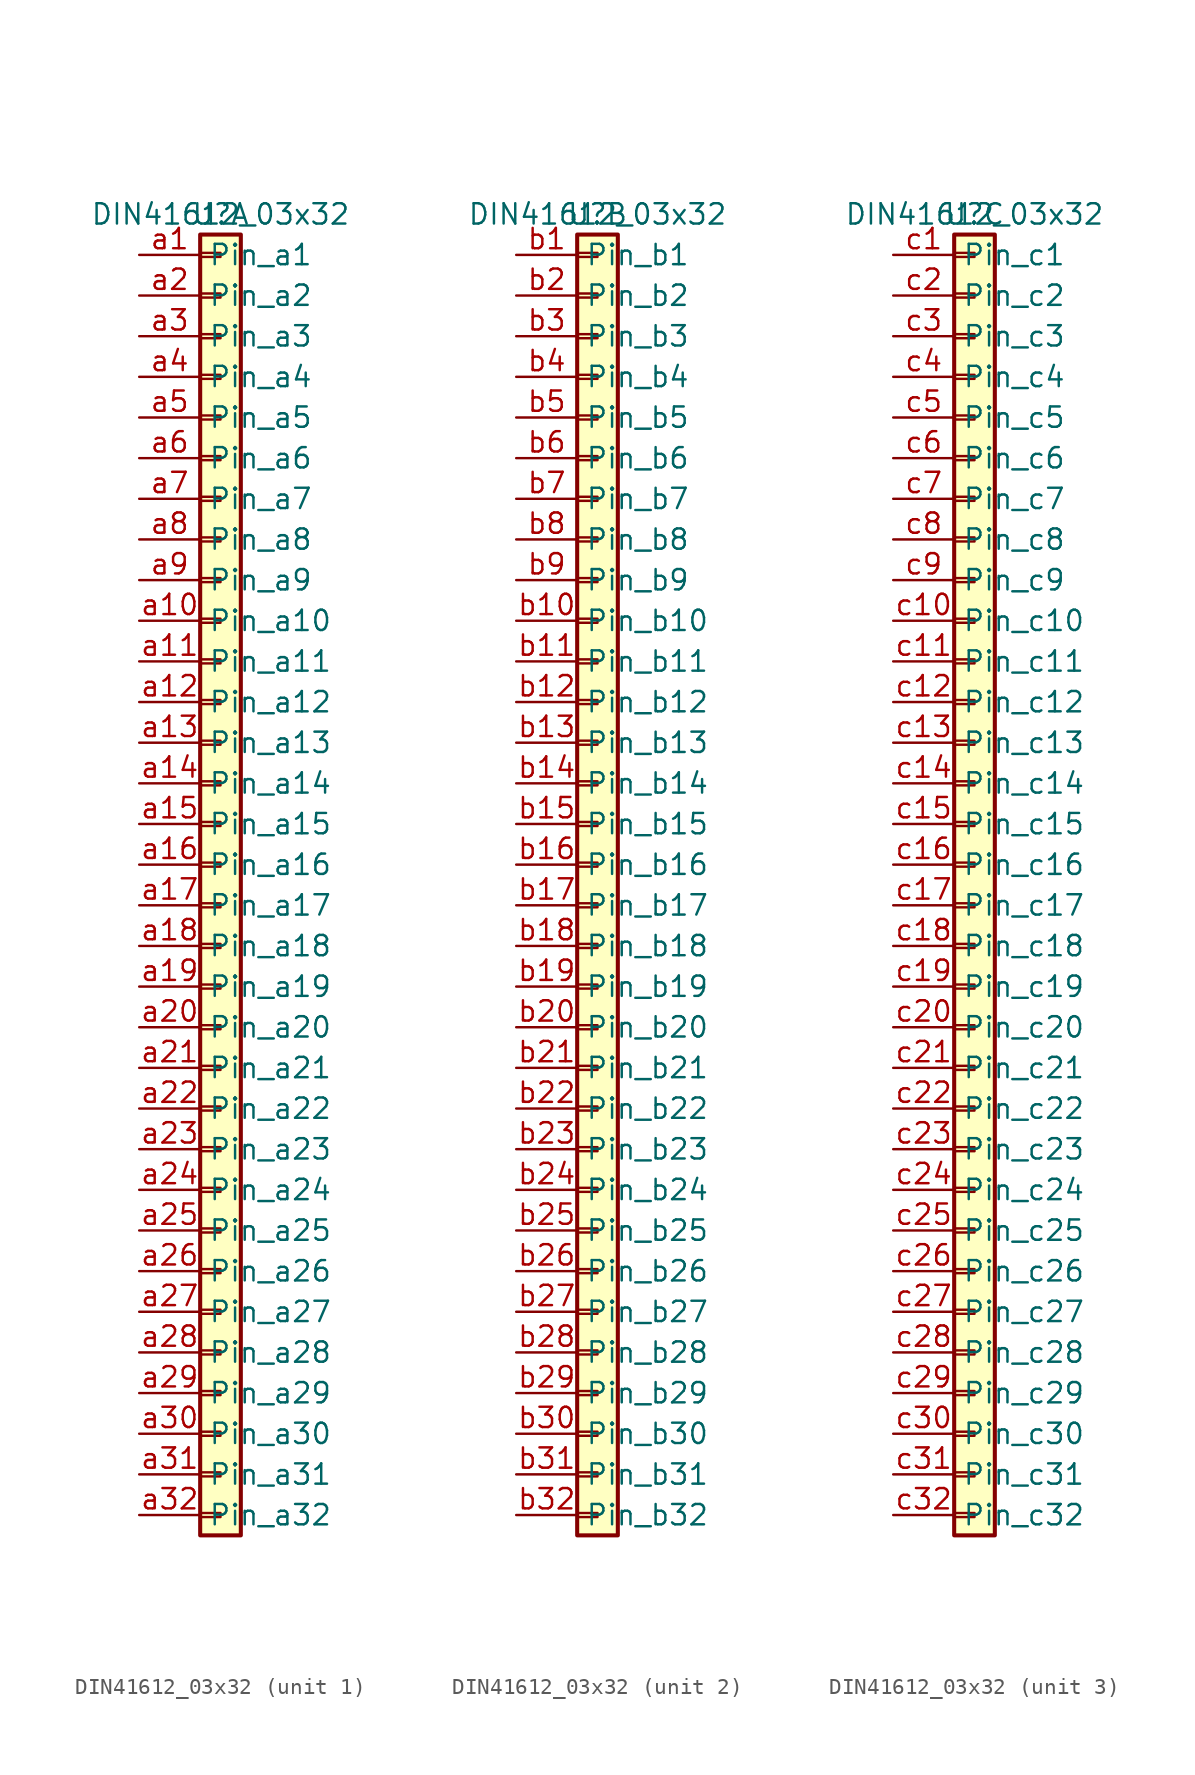
<source format=kicad_sym>
(kicad_symbol_lib
  (version 20231120)
  (generator "kicad_symbol_editor")
  (generator_version "8.0")
  (symbol "DIN41612_03x32"
    (property "Reference" "U"
      (at 0 40.64 0)
      (effects (font (size 1.27 1.27))))
    (property "Value" "DIN41612_03x32"
      (at 0 40.64 0)
      (effects (font (size 1.27 1.27))))
    (property "ki_locked" ""
      (at 0 0 0)
      (effects (font (size 1.27 1.27))))
    (symbol "DIN41612_03x32_1_1"
      (rectangle (start -1.27 -40.513) (end 0 -40.767) (stroke (width 0.152) (type default)) (fill (type none)))
      (rectangle (start -1.27 -37.973) (end 0 -38.227) (stroke (width 0.152) (type default)) (fill (type none)))
      (rectangle (start -1.27 -35.433) (end 0 -35.687) (stroke (width 0.152) (type default)) (fill (type none)))
      (rectangle (start -1.27 -32.893) (end 0 -33.147) (stroke (width 0.152) (type default)) (fill (type none)))
      (rectangle (start -1.27 -30.353) (end 0 -30.607) (stroke (width 0.152) (type default)) (fill (type none)))
      (rectangle (start -1.27 -27.813) (end 0 -28.067) (stroke (width 0.152) (type default)) (fill (type none)))
      (rectangle (start -1.27 -25.273) (end 0 -25.527) (stroke (width 0.152) (type default)) (fill (type none)))
      (rectangle (start -1.27 -22.733) (end 0 -22.987) (stroke (width 0.152) (type default)) (fill (type none)))
      (rectangle (start -1.27 -20.193) (end 0 -20.447) (stroke (width 0.152) (type default)) (fill (type none)))
      (rectangle (start -1.27 -17.653) (end 0 -17.907) (stroke (width 0.152) (type default)) (fill (type none)))
      (rectangle (start -1.27 -15.113) (end 0 -15.367) (stroke (width 0.152) (type default)) (fill (type none)))
      (rectangle (start -1.27 -12.573) (end 0 -12.827) (stroke (width 0.152) (type default)) (fill (type none)))
      (rectangle (start -1.27 -10.033) (end 0 -10.287) (stroke (width 0.152) (type default)) (fill (type none)))
      (rectangle (start -1.27 -7.493) (end 0 -7.747) (stroke (width 0.152) (type default)) (fill (type none)))
      (rectangle (start -1.27 -4.953) (end 0 -5.207) (stroke (width 0.152) (type default)) (fill (type none)))
      (rectangle (start -1.27 -2.413) (end 0 -2.667) (stroke (width 0.152) (type default)) (fill (type none)))
      (rectangle (start -1.27 0.127) (end 0 -0.127) (stroke (width 0.152) (type default)) (fill (type none)))
      (rectangle (start -1.27 2.667) (end 0 2.413) (stroke (width 0.152) (type default)) (fill (type none)))
      (rectangle (start -1.27 5.207) (end 0 4.953) (stroke (width 0.152) (type default)) (fill (type none)))
      (rectangle (start -1.27 7.747) (end 0 7.493) (stroke (width 0.152) (type default)) (fill (type none)))
      (rectangle (start -1.27 10.287) (end 0 10.033) (stroke (width 0.152) (type default)) (fill (type none)))
      (rectangle (start -1.27 12.827) (end 0 12.573) (stroke (width 0.152) (type default)) (fill (type none)))
      (rectangle (start -1.27 15.367) (end 0 15.113) (stroke (width 0.152) (type default)) (fill (type none)))
      (rectangle (start -1.27 17.907) (end 0 17.653) (stroke (width 0.152) (type default)) (fill (type none)))
      (rectangle (start -1.27 20.447) (end 0 20.193) (stroke (width 0.152) (type default)) (fill (type none)))
      (rectangle (start -1.27 22.987) (end 0 22.733) (stroke (width 0.152) (type default)) (fill (type none)))
      (rectangle (start -1.27 25.527) (end 0 25.273) (stroke (width 0.152) (type default)) (fill (type none)))
      (rectangle (start -1.27 28.067) (end 0 27.813) (stroke (width 0.152) (type default)) (fill (type none)))
      (rectangle (start -1.27 30.607) (end 0 30.353) (stroke (width 0.152) (type default)) (fill (type none)))
      (rectangle (start -1.27 33.147) (end 0 32.893) (stroke (width 0.152) (type default)) (fill (type none)))
      (rectangle (start -1.27 35.687) (end 0 35.433) (stroke (width 0.152) (type default)) (fill (type none)))
      (rectangle (start -1.27 38.227) (end 0 37.973) (stroke (width 0.152) (type default)) (fill (type none)))
      (rectangle (start -1.27 39.37) (end 1.27 -41.91) (stroke (width 0.254) (type default)) (fill (type background)))
      (pin passive line (at -5.08 38.1 0) (length 3.81) (name "Pin_a1" (effects (font (size 1.27 1.27)))) (number "a1" (effects (font (size 1.27 1.27)))))
      (pin passive line (at -5.08 15.24 0) (length 3.81) (name "Pin_a10" (effects (font (size 1.27 1.27)))) (number "a10" (effects (font (size 1.27 1.27)))))
      (pin passive line (at -5.08 12.7 0) (length 3.81) (name "Pin_a11" (effects (font (size 1.27 1.27)))) (number "a11" (effects (font (size 1.27 1.27)))))
      (pin passive line (at -5.08 10.16 0) (length 3.81) (name "Pin_a12" (effects (font (size 1.27 1.27)))) (number "a12" (effects (font (size 1.27 1.27)))))
      (pin passive line (at -5.08 7.62 0) (length 3.81) (name "Pin_a13" (effects (font (size 1.27 1.27)))) (number "a13" (effects (font (size 1.27 1.27)))))
      (pin passive line (at -5.08 5.08 0) (length 3.81) (name "Pin_a14" (effects (font (size 1.27 1.27)))) (number "a14" (effects (font (size 1.27 1.27)))))
      (pin passive line (at -5.08 2.54 0) (length 3.81) (name "Pin_a15" (effects (font (size 1.27 1.27)))) (number "a15" (effects (font (size 1.27 1.27)))))
      (pin passive line (at -5.08 0 0) (length 3.81) (name "Pin_a16" (effects (font (size 1.27 1.27)))) (number "a16" (effects (font (size 1.27 1.27)))))
      (pin passive line (at -5.08 -2.54 0) (length 3.81) (name "Pin_a17" (effects (font (size 1.27 1.27)))) (number "a17" (effects (font (size 1.27 1.27)))))
      (pin passive line (at -5.08 -5.08 0) (length 3.81) (name "Pin_a18" (effects (font (size 1.27 1.27)))) (number "a18" (effects (font (size 1.27 1.27)))))
      (pin passive line (at -5.08 -7.62 0) (length 3.81) (name "Pin_a19" (effects (font (size 1.27 1.27)))) (number "a19" (effects (font (size 1.27 1.27)))))
      (pin passive line (at -5.08 35.56 0) (length 3.81) (name "Pin_a2" (effects (font (size 1.27 1.27)))) (number "a2" (effects (font (size 1.27 1.27)))))
      (pin passive line (at -5.08 -10.16 0) (length 3.81) (name "Pin_a20" (effects (font (size 1.27 1.27)))) (number "a20" (effects (font (size 1.27 1.27)))))
      (pin passive line (at -5.08 -12.7 0) (length 3.81) (name "Pin_a21" (effects (font (size 1.27 1.27)))) (number "a21" (effects (font (size 1.27 1.27)))))
      (pin passive line (at -5.08 -15.24 0) (length 3.81) (name "Pin_a22" (effects (font (size 1.27 1.27)))) (number "a22" (effects (font (size 1.27 1.27)))))
      (pin passive line (at -5.08 -17.78 0) (length 3.81) (name "Pin_a23" (effects (font (size 1.27 1.27)))) (number "a23" (effects (font (size 1.27 1.27)))))
      (pin passive line (at -5.08 -20.32 0) (length 3.81) (name "Pin_a24" (effects (font (size 1.27 1.27)))) (number "a24" (effects (font (size 1.27 1.27)))))
      (pin passive line (at -5.08 -22.86 0) (length 3.81) (name "Pin_a25" (effects (font (size 1.27 1.27)))) (number "a25" (effects (font (size 1.27 1.27)))))
      (pin passive line (at -5.08 -25.4 0) (length 3.81) (name "Pin_a26" (effects (font (size 1.27 1.27)))) (number "a26" (effects (font (size 1.27 1.27)))))
      (pin passive line (at -5.08 -27.94 0) (length 3.81) (name "Pin_a27" (effects (font (size 1.27 1.27)))) (number "a27" (effects (font (size 1.27 1.27)))))
      (pin passive line (at -5.08 -30.48 0) (length 3.81) (name "Pin_a28" (effects (font (size 1.27 1.27)))) (number "a28" (effects (font (size 1.27 1.27)))))
      (pin passive line (at -5.08 -33.02 0) (length 3.81) (name "Pin_a29" (effects (font (size 1.27 1.27)))) (number "a29" (effects (font (size 1.27 1.27)))))
      (pin passive line (at -5.08 33.02 0) (length 3.81) (name "Pin_a3" (effects (font (size 1.27 1.27)))) (number "a3" (effects (font (size 1.27 1.27)))))
      (pin passive line (at -5.08 -35.56 0) (length 3.81) (name "Pin_a30" (effects (font (size 1.27 1.27)))) (number "a30" (effects (font (size 1.27 1.27)))))
      (pin passive line (at -5.08 -38.1 0) (length 3.81) (name "Pin_a31" (effects (font (size 1.27 1.27)))) (number "a31" (effects (font (size 1.27 1.27)))))
      (pin passive line (at -5.08 -40.64 0) (length 3.81) (name "Pin_a32" (effects (font (size 1.27 1.27)))) (number "a32" (effects (font (size 1.27 1.27)))))
      (pin passive line (at -5.08 30.48 0) (length 3.81) (name "Pin_a4" (effects (font (size 1.27 1.27)))) (number "a4" (effects (font (size 1.27 1.27)))))
      (pin passive line (at -5.08 27.94 0) (length 3.81) (name "Pin_a5" (effects (font (size 1.27 1.27)))) (number "a5" (effects (font (size 1.27 1.27)))))
      (pin passive line (at -5.08 25.4 0) (length 3.81) (name "Pin_a6" (effects (font (size 1.27 1.27)))) (number "a6" (effects (font (size 1.27 1.27)))))
      (pin passive line (at -5.08 22.86 0) (length 3.81) (name "Pin_a7" (effects (font (size 1.27 1.27)))) (number "a7" (effects (font (size 1.27 1.27)))))
      (pin passive line (at -5.08 20.32 0) (length 3.81) (name "Pin_a8" (effects (font (size 1.27 1.27)))) (number "a8" (effects (font (size 1.27 1.27)))))
      (pin passive line (at -5.08 17.78 0) (length 3.81) (name "Pin_a9" (effects (font (size 1.27 1.27)))) (number "a9" (effects (font (size 1.27 1.27))))))
    (symbol "DIN41612_03x32_2_1"
      (rectangle (start -1.27 -40.513) (end 0 -40.767) (stroke (width 0.152) (type default)) (fill (type none)))
      (rectangle (start -1.27 -37.973) (end 0 -38.227) (stroke (width 0.152) (type default)) (fill (type none)))
      (rectangle (start -1.27 -35.433) (end 0 -35.687) (stroke (width 0.152) (type default)) (fill (type none)))
      (rectangle (start -1.27 -32.893) (end 0 -33.147) (stroke (width 0.152) (type default)) (fill (type none)))
      (rectangle (start -1.27 -30.353) (end 0 -30.607) (stroke (width 0.152) (type default)) (fill (type none)))
      (rectangle (start -1.27 -27.813) (end 0 -28.067) (stroke (width 0.152) (type default)) (fill (type none)))
      (rectangle (start -1.27 -25.273) (end 0 -25.527) (stroke (width 0.152) (type default)) (fill (type none)))
      (rectangle (start -1.27 -22.733) (end 0 -22.987) (stroke (width 0.152) (type default)) (fill (type none)))
      (rectangle (start -1.27 -20.193) (end 0 -20.447) (stroke (width 0.152) (type default)) (fill (type none)))
      (rectangle (start -1.27 -17.653) (end 0 -17.907) (stroke (width 0.152) (type default)) (fill (type none)))
      (rectangle (start -1.27 -15.113) (end 0 -15.367) (stroke (width 0.152) (type default)) (fill (type none)))
      (rectangle (start -1.27 -12.573) (end 0 -12.827) (stroke (width 0.152) (type default)) (fill (type none)))
      (rectangle (start -1.27 -10.033) (end 0 -10.287) (stroke (width 0.152) (type default)) (fill (type none)))
      (rectangle (start -1.27 -7.493) (end 0 -7.747) (stroke (width 0.152) (type default)) (fill (type none)))
      (rectangle (start -1.27 -4.953) (end 0 -5.207) (stroke (width 0.152) (type default)) (fill (type none)))
      (rectangle (start -1.27 -2.413) (end 0 -2.667) (stroke (width 0.152) (type default)) (fill (type none)))
      (rectangle (start -1.27 0.127) (end 0 -0.127) (stroke (width 0.152) (type default)) (fill (type none)))
      (rectangle (start -1.27 2.667) (end 0 2.413) (stroke (width 0.152) (type default)) (fill (type none)))
      (rectangle (start -1.27 5.207) (end 0 4.953) (stroke (width 0.152) (type default)) (fill (type none)))
      (rectangle (start -1.27 7.747) (end 0 7.493) (stroke (width 0.152) (type default)) (fill (type none)))
      (rectangle (start -1.27 10.287) (end 0 10.033) (stroke (width 0.152) (type default)) (fill (type none)))
      (rectangle (start -1.27 12.827) (end 0 12.573) (stroke (width 0.152) (type default)) (fill (type none)))
      (rectangle (start -1.27 15.367) (end 0 15.113) (stroke (width 0.152) (type default)) (fill (type none)))
      (rectangle (start -1.27 17.907) (end 0 17.653) (stroke (width 0.152) (type default)) (fill (type none)))
      (rectangle (start -1.27 20.447) (end 0 20.193) (stroke (width 0.152) (type default)) (fill (type none)))
      (rectangle (start -1.27 22.987) (end 0 22.733) (stroke (width 0.152) (type default)) (fill (type none)))
      (rectangle (start -1.27 25.527) (end 0 25.273) (stroke (width 0.152) (type default)) (fill (type none)))
      (rectangle (start -1.27 28.067) (end 0 27.813) (stroke (width 0.152) (type default)) (fill (type none)))
      (rectangle (start -1.27 30.607) (end 0 30.353) (stroke (width 0.152) (type default)) (fill (type none)))
      (rectangle (start -1.27 33.147) (end 0 32.893) (stroke (width 0.152) (type default)) (fill (type none)))
      (rectangle (start -1.27 35.687) (end 0 35.433) (stroke (width 0.152) (type default)) (fill (type none)))
      (rectangle (start -1.27 38.227) (end 0 37.973) (stroke (width 0.152) (type default)) (fill (type none)))
      (rectangle (start -1.27 39.37) (end 1.27 -41.91) (stroke (width 0.254) (type default)) (fill (type background)))
      (pin passive line (at -5.08 38.1 0) (length 3.81) (name "Pin_b1" (effects (font (size 1.27 1.27)))) (number "b1" (effects (font (size 1.27 1.27)))))
      (pin passive line (at -5.08 15.24 0) (length 3.81) (name "Pin_b10" (effects (font (size 1.27 1.27)))) (number "b10" (effects (font (size 1.27 1.27)))))
      (pin passive line (at -5.08 12.7 0) (length 3.81) (name "Pin_b11" (effects (font (size 1.27 1.27)))) (number "b11" (effects (font (size 1.27 1.27)))))
      (pin passive line (at -5.08 10.16 0) (length 3.81) (name "Pin_b12" (effects (font (size 1.27 1.27)))) (number "b12" (effects (font (size 1.27 1.27)))))
      (pin passive line (at -5.08 7.62 0) (length 3.81) (name "Pin_b13" (effects (font (size 1.27 1.27)))) (number "b13" (effects (font (size 1.27 1.27)))))
      (pin passive line (at -5.08 5.08 0) (length 3.81) (name "Pin_b14" (effects (font (size 1.27 1.27)))) (number "b14" (effects (font (size 1.27 1.27)))))
      (pin passive line (at -5.08 2.54 0) (length 3.81) (name "Pin_b15" (effects (font (size 1.27 1.27)))) (number "b15" (effects (font (size 1.27 1.27)))))
      (pin passive line (at -5.08 0 0) (length 3.81) (name "Pin_b16" (effects (font (size 1.27 1.27)))) (number "b16" (effects (font (size 1.27 1.27)))))
      (pin passive line (at -5.08 -2.54 0) (length 3.81) (name "Pin_b17" (effects (font (size 1.27 1.27)))) (number "b17" (effects (font (size 1.27 1.27)))))
      (pin passive line (at -5.08 -5.08 0) (length 3.81) (name "Pin_b18" (effects (font (size 1.27 1.27)))) (number "b18" (effects (font (size 1.27 1.27)))))
      (pin passive line (at -5.08 -7.62 0) (length 3.81) (name "Pin_b19" (effects (font (size 1.27 1.27)))) (number "b19" (effects (font (size 1.27 1.27)))))
      (pin passive line (at -5.08 35.56 0) (length 3.81) (name "Pin_b2" (effects (font (size 1.27 1.27)))) (number "b2" (effects (font (size 1.27 1.27)))))
      (pin passive line (at -5.08 -10.16 0) (length 3.81) (name "Pin_b20" (effects (font (size 1.27 1.27)))) (number "b20" (effects (font (size 1.27 1.27)))))
      (pin passive line (at -5.08 -12.7 0) (length 3.81) (name "Pin_b21" (effects (font (size 1.27 1.27)))) (number "b21" (effects (font (size 1.27 1.27)))))
      (pin passive line (at -5.08 -15.24 0) (length 3.81) (name "Pin_b22" (effects (font (size 1.27 1.27)))) (number "b22" (effects (font (size 1.27 1.27)))))
      (pin passive line (at -5.08 -17.78 0) (length 3.81) (name "Pin_b23" (effects (font (size 1.27 1.27)))) (number "b23" (effects (font (size 1.27 1.27)))))
      (pin passive line (at -5.08 -20.32 0) (length 3.81) (name "Pin_b24" (effects (font (size 1.27 1.27)))) (number "b24" (effects (font (size 1.27 1.27)))))
      (pin passive line (at -5.08 -22.86 0) (length 3.81) (name "Pin_b25" (effects (font (size 1.27 1.27)))) (number "b25" (effects (font (size 1.27 1.27)))))
      (pin passive line (at -5.08 -25.4 0) (length 3.81) (name "Pin_b26" (effects (font (size 1.27 1.27)))) (number "b26" (effects (font (size 1.27 1.27)))))
      (pin passive line (at -5.08 -27.94 0) (length 3.81) (name "Pin_b27" (effects (font (size 1.27 1.27)))) (number "b27" (effects (font (size 1.27 1.27)))))
      (pin passive line (at -5.08 -30.48 0) (length 3.81) (name "Pin_b28" (effects (font (size 1.27 1.27)))) (number "b28" (effects (font (size 1.27 1.27)))))
      (pin passive line (at -5.08 -33.02 0) (length 3.81) (name "Pin_b29" (effects (font (size 1.27 1.27)))) (number "b29" (effects (font (size 1.27 1.27)))))
      (pin passive line (at -5.08 33.02 0) (length 3.81) (name "Pin_b3" (effects (font (size 1.27 1.27)))) (number "b3" (effects (font (size 1.27 1.27)))))
      (pin passive line (at -5.08 -35.56 0) (length 3.81) (name "Pin_b30" (effects (font (size 1.27 1.27)))) (number "b30" (effects (font (size 1.27 1.27)))))
      (pin passive line (at -5.08 -38.1 0) (length 3.81) (name "Pin_b31" (effects (font (size 1.27 1.27)))) (number "b31" (effects (font (size 1.27 1.27)))))
      (pin passive line (at -5.08 -40.64 0) (length 3.81) (name "Pin_b32" (effects (font (size 1.27 1.27)))) (number "b32" (effects (font (size 1.27 1.27)))))
      (pin passive line (at -5.08 30.48 0) (length 3.81) (name "Pin_b4" (effects (font (size 1.27 1.27)))) (number "b4" (effects (font (size 1.27 1.27)))))
      (pin passive line (at -5.08 27.94 0) (length 3.81) (name "Pin_b5" (effects (font (size 1.27 1.27)))) (number "b5" (effects (font (size 1.27 1.27)))))
      (pin passive line (at -5.08 25.4 0) (length 3.81) (name "Pin_b6" (effects (font (size 1.27 1.27)))) (number "b6" (effects (font (size 1.27 1.27)))))
      (pin passive line (at -5.08 22.86 0) (length 3.81) (name "Pin_b7" (effects (font (size 1.27 1.27)))) (number "b7" (effects (font (size 1.27 1.27)))))
      (pin passive line (at -5.08 20.32 0) (length 3.81) (name "Pin_b8" (effects (font (size 1.27 1.27)))) (number "b8" (effects (font (size 1.27 1.27)))))
      (pin passive line (at -5.08 17.78 0) (length 3.81) (name "Pin_b9" (effects (font (size 1.27 1.27)))) (number "b9" (effects (font (size 1.27 1.27))))))
    (symbol "DIN41612_03x32_3_1"
      (rectangle (start -1.27 -40.513) (end 0 -40.767) (stroke (width 0.152) (type default)) (fill (type none)))
      (rectangle (start -1.27 -37.973) (end 0 -38.227) (stroke (width 0.152) (type default)) (fill (type none)))
      (rectangle (start -1.27 -35.433) (end 0 -35.687) (stroke (width 0.152) (type default)) (fill (type none)))
      (rectangle (start -1.27 -32.893) (end 0 -33.147) (stroke (width 0.152) (type default)) (fill (type none)))
      (rectangle (start -1.27 -30.353) (end 0 -30.607) (stroke (width 0.152) (type default)) (fill (type none)))
      (rectangle (start -1.27 -27.813) (end 0 -28.067) (stroke (width 0.152) (type default)) (fill (type none)))
      (rectangle (start -1.27 -25.273) (end 0 -25.527) (stroke (width 0.152) (type default)) (fill (type none)))
      (rectangle (start -1.27 -22.733) (end 0 -22.987) (stroke (width 0.152) (type default)) (fill (type none)))
      (rectangle (start -1.27 -20.193) (end 0 -20.447) (stroke (width 0.152) (type default)) (fill (type none)))
      (rectangle (start -1.27 -17.653) (end 0 -17.907) (stroke (width 0.152) (type default)) (fill (type none)))
      (rectangle (start -1.27 -15.113) (end 0 -15.367) (stroke (width 0.152) (type default)) (fill (type none)))
      (rectangle (start -1.27 -12.573) (end 0 -12.827) (stroke (width 0.152) (type default)) (fill (type none)))
      (rectangle (start -1.27 -10.033) (end 0 -10.287) (stroke (width 0.152) (type default)) (fill (type none)))
      (rectangle (start -1.27 -7.493) (end 0 -7.747) (stroke (width 0.152) (type default)) (fill (type none)))
      (rectangle (start -1.27 -4.953) (end 0 -5.207) (stroke (width 0.152) (type default)) (fill (type none)))
      (rectangle (start -1.27 -2.413) (end 0 -2.667) (stroke (width 0.152) (type default)) (fill (type none)))
      (rectangle (start -1.27 0.127) (end 0 -0.127) (stroke (width 0.152) (type default)) (fill (type none)))
      (rectangle (start -1.27 2.667) (end 0 2.413) (stroke (width 0.152) (type default)) (fill (type none)))
      (rectangle (start -1.27 5.207) (end 0 4.953) (stroke (width 0.152) (type default)) (fill (type none)))
      (rectangle (start -1.27 7.747) (end 0 7.493) (stroke (width 0.152) (type default)) (fill (type none)))
      (rectangle (start -1.27 10.287) (end 0 10.033) (stroke (width 0.152) (type default)) (fill (type none)))
      (rectangle (start -1.27 12.827) (end 0 12.573) (stroke (width 0.152) (type default)) (fill (type none)))
      (rectangle (start -1.27 15.367) (end 0 15.113) (stroke (width 0.152) (type default)) (fill (type none)))
      (rectangle (start -1.27 17.907) (end 0 17.653) (stroke (width 0.152) (type default)) (fill (type none)))
      (rectangle (start -1.27 20.447) (end 0 20.193) (stroke (width 0.152) (type default)) (fill (type none)))
      (rectangle (start -1.27 22.987) (end 0 22.733) (stroke (width 0.152) (type default)) (fill (type none)))
      (rectangle (start -1.27 25.527) (end 0 25.273) (stroke (width 0.152) (type default)) (fill (type none)))
      (rectangle (start -1.27 28.067) (end 0 27.813) (stroke (width 0.152) (type default)) (fill (type none)))
      (rectangle (start -1.27 30.607) (end 0 30.353) (stroke (width 0.152) (type default)) (fill (type none)))
      (rectangle (start -1.27 33.147) (end 0 32.893) (stroke (width 0.152) (type default)) (fill (type none)))
      (rectangle (start -1.27 35.687) (end 0 35.433) (stroke (width 0.152) (type default)) (fill (type none)))
      (rectangle (start -1.27 38.227) (end 0 37.973) (stroke (width 0.152) (type default)) (fill (type none)))
      (rectangle (start -1.27 39.37) (end 1.27 -41.91) (stroke (width 0.254) (type default)) (fill (type background)))
      (pin passive line (at -5.08 38.1 0) (length 3.81) (name "Pin_c1" (effects (font (size 1.27 1.27)))) (number "c1" (effects (font (size 1.27 1.27)))))
      (pin passive line (at -5.08 15.24 0) (length 3.81) (name "Pin_c10" (effects (font (size 1.27 1.27)))) (number "c10" (effects (font (size 1.27 1.27)))))
      (pin passive line (at -5.08 12.7 0) (length 3.81) (name "Pin_c11" (effects (font (size 1.27 1.27)))) (number "c11" (effects (font (size 1.27 1.27)))))
      (pin passive line (at -5.08 10.16 0) (length 3.81) (name "Pin_c12" (effects (font (size 1.27 1.27)))) (number "c12" (effects (font (size 1.27 1.27)))))
      (pin passive line (at -5.08 7.62 0) (length 3.81) (name "Pin_c13" (effects (font (size 1.27 1.27)))) (number "c13" (effects (font (size 1.27 1.27)))))
      (pin passive line (at -5.08 5.08 0) (length 3.81) (name "Pin_c14" (effects (font (size 1.27 1.27)))) (number "c14" (effects (font (size 1.27 1.27)))))
      (pin passive line (at -5.08 2.54 0) (length 3.81) (name "Pin_c15" (effects (font (size 1.27 1.27)))) (number "c15" (effects (font (size 1.27 1.27)))))
      (pin passive line (at -5.08 0 0) (length 3.81) (name "Pin_c16" (effects (font (size 1.27 1.27)))) (number "c16" (effects (font (size 1.27 1.27)))))
      (pin passive line (at -5.08 -2.54 0) (length 3.81) (name "Pin_c17" (effects (font (size 1.27 1.27)))) (number "c17" (effects (font (size 1.27 1.27)))))
      (pin passive line (at -5.08 -5.08 0) (length 3.81) (name "Pin_c18" (effects (font (size 1.27 1.27)))) (number "c18" (effects (font (size 1.27 1.27)))))
      (pin passive line (at -5.08 -7.62 0) (length 3.81) (name "Pin_c19" (effects (font (size 1.27 1.27)))) (number "c19" (effects (font (size 1.27 1.27)))))
      (pin passive line (at -5.08 35.56 0) (length 3.81) (name "Pin_c2" (effects (font (size 1.27 1.27)))) (number "c2" (effects (font (size 1.27 1.27)))))
      (pin passive line (at -5.08 -10.16 0) (length 3.81) (name "Pin_c20" (effects (font (size 1.27 1.27)))) (number "c20" (effects (font (size 1.27 1.27)))))
      (pin passive line (at -5.08 -12.7 0) (length 3.81) (name "Pin_c21" (effects (font (size 1.27 1.27)))) (number "c21" (effects (font (size 1.27 1.27)))))
      (pin passive line (at -5.08 -15.24 0) (length 3.81) (name "Pin_c22" (effects (font (size 1.27 1.27)))) (number "c22" (effects (font (size 1.27 1.27)))))
      (pin passive line (at -5.08 -17.78 0) (length 3.81) (name "Pin_c23" (effects (font (size 1.27 1.27)))) (number "c23" (effects (font (size 1.27 1.27)))))
      (pin passive line (at -5.08 -20.32 0) (length 3.81) (name "Pin_c24" (effects (font (size 1.27 1.27)))) (number "c24" (effects (font (size 1.27 1.27)))))
      (pin passive line (at -5.08 -22.86 0) (length 3.81) (name "Pin_c25" (effects (font (size 1.27 1.27)))) (number "c25" (effects (font (size 1.27 1.27)))))
      (pin passive line (at -5.08 -25.4 0) (length 3.81) (name "Pin_c26" (effects (font (size 1.27 1.27)))) (number "c26" (effects (font (size 1.27 1.27)))))
      (pin passive line (at -5.08 -27.94 0) (length 3.81) (name "Pin_c27" (effects (font (size 1.27 1.27)))) (number "c27" (effects (font (size 1.27 1.27)))))
      (pin passive line (at -5.08 -30.48 0) (length 3.81) (name "Pin_c28" (effects (font (size 1.27 1.27)))) (number "c28" (effects (font (size 1.27 1.27)))))
      (pin passive line (at -5.08 -33.02 0) (length 3.81) (name "Pin_c29" (effects (font (size 1.27 1.27)))) (number "c29" (effects (font (size 1.27 1.27)))))
      (pin passive line (at -5.08 33.02 0) (length 3.81) (name "Pin_c3" (effects (font (size 1.27 1.27)))) (number "c3" (effects (font (size 1.27 1.27)))))
      (pin passive line (at -5.08 -35.56 0) (length 3.81) (name "Pin_c30" (effects (font (size 1.27 1.27)))) (number "c30" (effects (font (size 1.27 1.27)))))
      (pin passive line (at -5.08 -38.1 0) (length 3.81) (name "Pin_c31" (effects (font (size 1.27 1.27)))) (number "c31" (effects (font (size 1.27 1.27)))))
      (pin passive line (at -5.08 -40.64 0) (length 3.81) (name "Pin_c32" (effects (font (size 1.27 1.27)))) (number "c32" (effects (font (size 1.27 1.27)))))
      (pin passive line (at -5.08 30.48 0) (length 3.81) (name "Pin_c4" (effects (font (size 1.27 1.27)))) (number "c4" (effects (font (size 1.27 1.27)))))
      (pin passive line (at -5.08 27.94 0) (length 3.81) (name "Pin_c5" (effects (font (size 1.27 1.27)))) (number "c5" (effects (font (size 1.27 1.27)))))
      (pin passive line (at -5.08 25.4 0) (length 3.81) (name "Pin_c6" (effects (font (size 1.27 1.27)))) (number "c6" (effects (font (size 1.27 1.27)))))
      (pin passive line (at -5.08 22.86 0) (length 3.81) (name "Pin_c7" (effects (font (size 1.27 1.27)))) (number "c7" (effects (font (size 1.27 1.27)))))
      (pin passive line (at -5.08 20.32 0) (length 3.81) (name "Pin_c8" (effects (font (size 1.27 1.27)))) (number "c8" (effects (font (size 1.27 1.27)))))
      (pin passive line (at -5.08 17.78 0) (length 3.81) (name "Pin_c9" (effects (font (size 1.27 1.27)))) (number "c9" (effects (font (size 1.27 1.27))))))))
</source>
